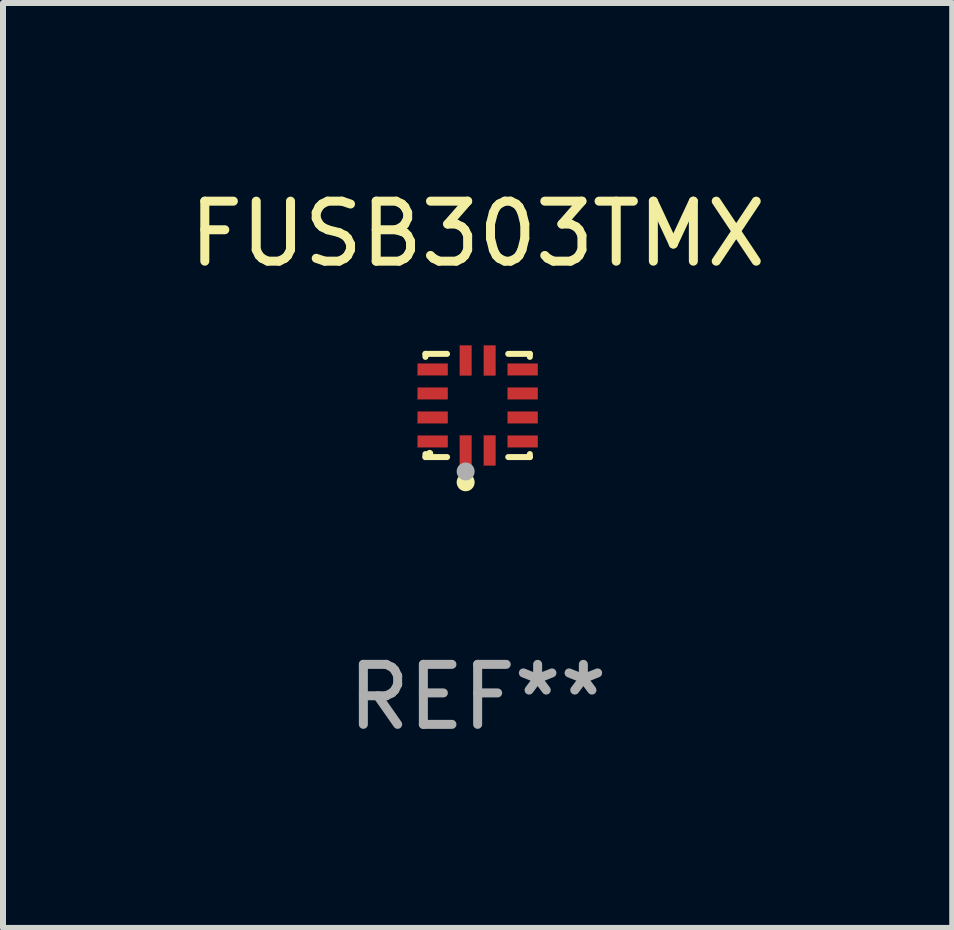
<source format=kicad_pcb>
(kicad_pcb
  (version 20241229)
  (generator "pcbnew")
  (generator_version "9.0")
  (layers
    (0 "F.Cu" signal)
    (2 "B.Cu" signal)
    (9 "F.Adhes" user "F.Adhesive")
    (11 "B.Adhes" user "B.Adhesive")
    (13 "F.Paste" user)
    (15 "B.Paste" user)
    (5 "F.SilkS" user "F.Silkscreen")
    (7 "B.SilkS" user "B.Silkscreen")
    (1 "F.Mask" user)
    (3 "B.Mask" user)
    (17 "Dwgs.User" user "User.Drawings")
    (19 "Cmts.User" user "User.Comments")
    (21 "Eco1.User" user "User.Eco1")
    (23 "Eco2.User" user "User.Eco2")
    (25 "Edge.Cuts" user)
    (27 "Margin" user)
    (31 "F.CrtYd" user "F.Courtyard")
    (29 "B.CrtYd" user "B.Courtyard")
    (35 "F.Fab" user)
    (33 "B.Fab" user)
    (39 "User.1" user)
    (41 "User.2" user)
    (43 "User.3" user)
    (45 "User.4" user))
  (footprint "FUSB303TMX"
    (layer "F.Cu")
    (at 4.911 3.708)
    (property "Reference" "FUSB303TMX" (at 0 -2.86 0) (layer "F.SilkS") (effects (font (size 1 1) (thickness 0.15))))
    (attr through_hole)
    (fp_line (start -0.87 0.86) (end -0.87 0.81) (stroke (width 0.1) (type solid)) (layer "F.SilkS"))
    (fp_line (start -0.87 -0.86) (end -0.87 -0.81) (stroke (width 0.1) (type solid)) (layer "F.SilkS"))
    (fp_line (start -0.87 -0.86) (end -0.51 -0.86) (stroke (width 0.1) (type solid)) (layer "F.SilkS"))
    (fp_line (start -0.87 0.86) (end -0.51 0.86) (stroke (width 0.1) (type solid)) (layer "F.SilkS"))
    (fp_line (start 0.87 -0.86) (end 0.51 -0.86) (stroke (width 0.1) (type solid)) (layer "F.SilkS"))
    (fp_line (start 0.87 0.86) (end 0.51 0.86) (stroke (width 0.1) (type solid)) (layer "F.SilkS"))
    (fp_line (start 0.87 0.86) (end 0.87 0.81) (stroke (width 0.1) (type solid)) (layer "F.SilkS"))
    (fp_line (start 0.87 -0.86) (end 0.87 -0.81) (stroke (width 0.1) (type solid)) (layer "F.SilkS"))
    (fp_circle (center -0.8 0.8) (end -0.77 0.8) (stroke (width 0.06) (type solid)) (fill no) (layer "F.SilkS"))
    (fp_circle (center -0.2 1.28) (end -0.125 1.28) (stroke (width 0.15) (type solid)) (fill no) (layer "F.SilkS"))
    (fp_circle (center -0.2 1.1) (end -0.125 1.1) (stroke (width 0.15) (type solid)) (fill no) (layer "F.Fab"))
    (fp_text user "REF**" (at 0 4.86 0) (layer "F.Fab") (effects (font (size 1 1) (thickness 0.15))))
    (pad "1" smd rect (at -0.2 0.75) (size 0.2 0.505) (layers "F.Cu" "F.Mask" "F.Paste"))
    (pad "2" smd rect (at 0.2 0.75) (size 0.2 0.505) (layers "F.Cu" "F.Mask" "F.Paste"))
    (pad "3" smd rect (at 0.75 0.6) (size 0.505 0.2) (layers "F.Cu" "F.Mask" "F.Paste"))
    (pad "4" smd rect (at 0.75 0.2) (size 0.505 0.2) (layers "F.Cu" "F.Mask" "F.Paste"))
    (pad "5" smd rect (at 0.75 -0.2) (size 0.505 0.2) (layers "F.Cu" "F.Mask" "F.Paste"))
    (pad "6" smd rect (at 0.75 -0.6) (size 0.505 0.2) (layers "F.Cu" "F.Mask" "F.Paste"))
    (pad "7" smd rect (at 0.2 -0.75) (size 0.2 0.505) (layers "F.Cu" "F.Mask" "F.Paste"))
    (pad "8" smd rect (at -0.2 -0.75) (size 0.2 0.505) (layers "F.Cu" "F.Mask" "F.Paste"))
    (pad "9" smd rect (at -0.75 -0.6) (size 0.505 0.2) (layers "F.Cu" "F.Mask" "F.Paste"))
    (pad "10" smd rect (at -0.75 -0.2) (size 0.505 0.2) (layers "F.Cu" "F.Mask" "F.Paste"))
    (pad "11" smd rect (at -0.75 0.2) (size 0.505 0.2) (layers "F.Cu" "F.Mask" "F.Paste"))
    (pad "12" smd rect (at -0.75 0.6) (size 0.505 0.2) (layers "F.Cu" "F.Mask" "F.Paste")))
  (gr_rect
    (start -3 -3)
    (end 12.821 12.416)
    (stroke (width 0.1) (type default))
    (fill no)
    (layer "Edge.Cuts")))
</source>
